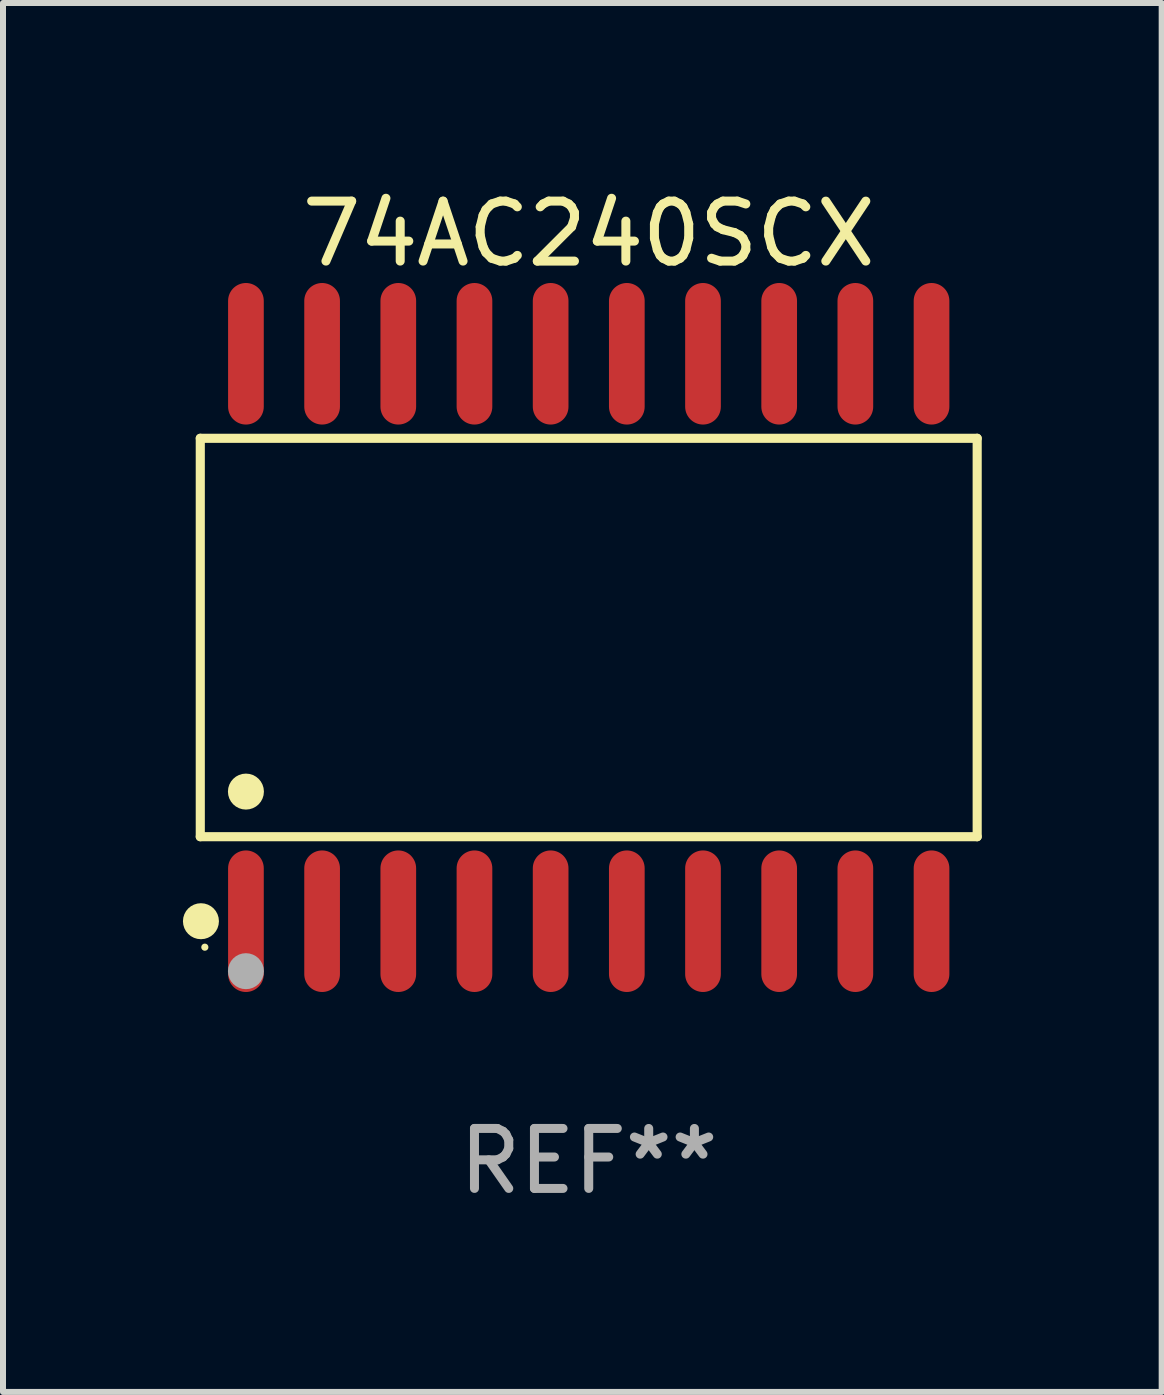
<source format=kicad_pcb>
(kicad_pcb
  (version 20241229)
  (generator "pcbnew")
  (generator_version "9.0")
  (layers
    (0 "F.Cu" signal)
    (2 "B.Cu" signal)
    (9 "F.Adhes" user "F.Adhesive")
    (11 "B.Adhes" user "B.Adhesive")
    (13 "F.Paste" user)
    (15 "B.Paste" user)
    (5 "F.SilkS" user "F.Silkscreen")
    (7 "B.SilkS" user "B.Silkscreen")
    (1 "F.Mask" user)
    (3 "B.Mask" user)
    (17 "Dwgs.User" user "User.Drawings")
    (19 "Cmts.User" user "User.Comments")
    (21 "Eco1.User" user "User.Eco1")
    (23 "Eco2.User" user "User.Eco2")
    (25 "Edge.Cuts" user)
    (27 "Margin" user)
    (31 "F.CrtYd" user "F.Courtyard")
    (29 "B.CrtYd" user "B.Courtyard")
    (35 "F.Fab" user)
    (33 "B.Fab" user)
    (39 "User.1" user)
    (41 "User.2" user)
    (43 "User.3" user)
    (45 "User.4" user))
  (footprint "74AC240SCX"
    (layer "F.Cu")
    (at 6.765 7.578)
    (property "Reference" "74AC240SCX" (at 0 -6.73 0) (layer "F.SilkS") (effects (font (size 1 1) (thickness 0.15))))
    (attr through_hole)
    (fp_line (start -6.476 -3.321) (end 6.476 -3.321) (stroke (width 0.152) (type solid)) (layer "F.SilkS"))
    (fp_line (start -6.476 3.321) (end -6.476 -3.321) (stroke (width 0.152) (type solid)) (layer "F.SilkS"))
    (fp_line (start 6.476 -3.321) (end 6.476 3.321) (stroke (width 0.152) (type solid)) (layer "F.SilkS"))
    (fp_line (start 6.476 3.321) (end -6.476 3.321) (stroke (width 0.152) (type solid)) (layer "F.SilkS"))
    (fp_circle (center -6.465 4.73) (end -6.315 4.73) (stroke (width 0.3) (type solid)) (fill no) (layer "F.SilkS"))
    (fp_circle (center -6.4 5.163) (end -6.37 5.163) (stroke (width 0.06) (type solid)) (fill no) (layer "F.SilkS"))
    (fp_circle (center -5.715 2.569) (end -5.565 2.569) (stroke (width 0.3) (type solid)) (fill no) (layer "F.SilkS"))
    (fp_circle (center -5.715 5.563) (end -5.565 5.563) (stroke (width 0.3) (type solid)) (fill no) (layer "F.Fab"))
    (fp_text user "REF**" (at 0 8.73 0) (layer "F.Fab") (effects (font (size 1 1) (thickness 0.15))))
    (pad "1" smd oval (at -5.715 4.73) (size 0.595 2.36) (layers "F.Cu" "F.Mask" "F.Paste"))
    (pad "2" smd oval (at -4.445 4.73) (size 0.595 2.36) (layers "F.Cu" "F.Mask" "F.Paste"))
    (pad "3" smd oval (at -3.175 4.73) (size 0.595 2.36) (layers "F.Cu" "F.Mask" "F.Paste"))
    (pad "4" smd oval (at -1.905 4.73) (size 0.595 2.36) (layers "F.Cu" "F.Mask" "F.Paste"))
    (pad "5" smd oval (at -0.635 4.73) (size 0.595 2.36) (layers "F.Cu" "F.Mask" "F.Paste"))
    (pad "6" smd oval (at 0.635 4.73) (size 0.595 2.36) (layers "F.Cu" "F.Mask" "F.Paste"))
    (pad "7" smd oval (at 1.905 4.73) (size 0.595 2.36) (layers "F.Cu" "F.Mask" "F.Paste"))
    (pad "8" smd oval (at 3.175 4.73) (size 0.595 2.36) (layers "F.Cu" "F.Mask" "F.Paste"))
    (pad "9" smd oval (at 4.445 4.73) (size 0.595 2.36) (layers "F.Cu" "F.Mask" "F.Paste"))
    (pad "10" smd oval (at 5.715 4.73) (size 0.595 2.36) (layers "F.Cu" "F.Mask" "F.Paste"))
    (pad "11" smd oval (at 5.715 -4.73) (size 0.595 2.36) (layers "F.Cu" "F.Mask" "F.Paste"))
    (pad "12" smd oval (at 4.445 -4.73) (size 0.595 2.36) (layers "F.Cu" "F.Mask" "F.Paste"))
    (pad "13" smd oval (at 3.175 -4.73) (size 0.595 2.36) (layers "F.Cu" "F.Mask" "F.Paste"))
    (pad "14" smd oval (at 1.905 -4.73) (size 0.595 2.36) (layers "F.Cu" "F.Mask" "F.Paste"))
    (pad "15" smd oval (at 0.635 -4.73) (size 0.595 2.36) (layers "F.Cu" "F.Mask" "F.Paste"))
    (pad "16" smd oval (at -0.635 -4.73) (size 0.595 2.36) (layers "F.Cu" "F.Mask" "F.Paste"))
    (pad "17" smd oval (at -1.905 -4.73) (size 0.595 2.36) (layers "F.Cu" "F.Mask" "F.Paste"))
    (pad "18" smd oval (at -3.175 -4.73) (size 0.595 2.36) (layers "F.Cu" "F.Mask" "F.Paste"))
    (pad "19" smd oval (at -4.445 -4.73) (size 0.595 2.36) (layers "F.Cu" "F.Mask" "F.Paste"))
    (pad "20" smd oval (at -5.715 -4.73) (size 0.595 2.36) (layers "F.Cu" "F.Mask" "F.Paste")))
  (gr_rect
    (start -3 -3)
    (end 16.317 20.156)
    (stroke (width 0.1) (type default))
    (fill no)
    (layer "Edge.Cuts")))
</source>
